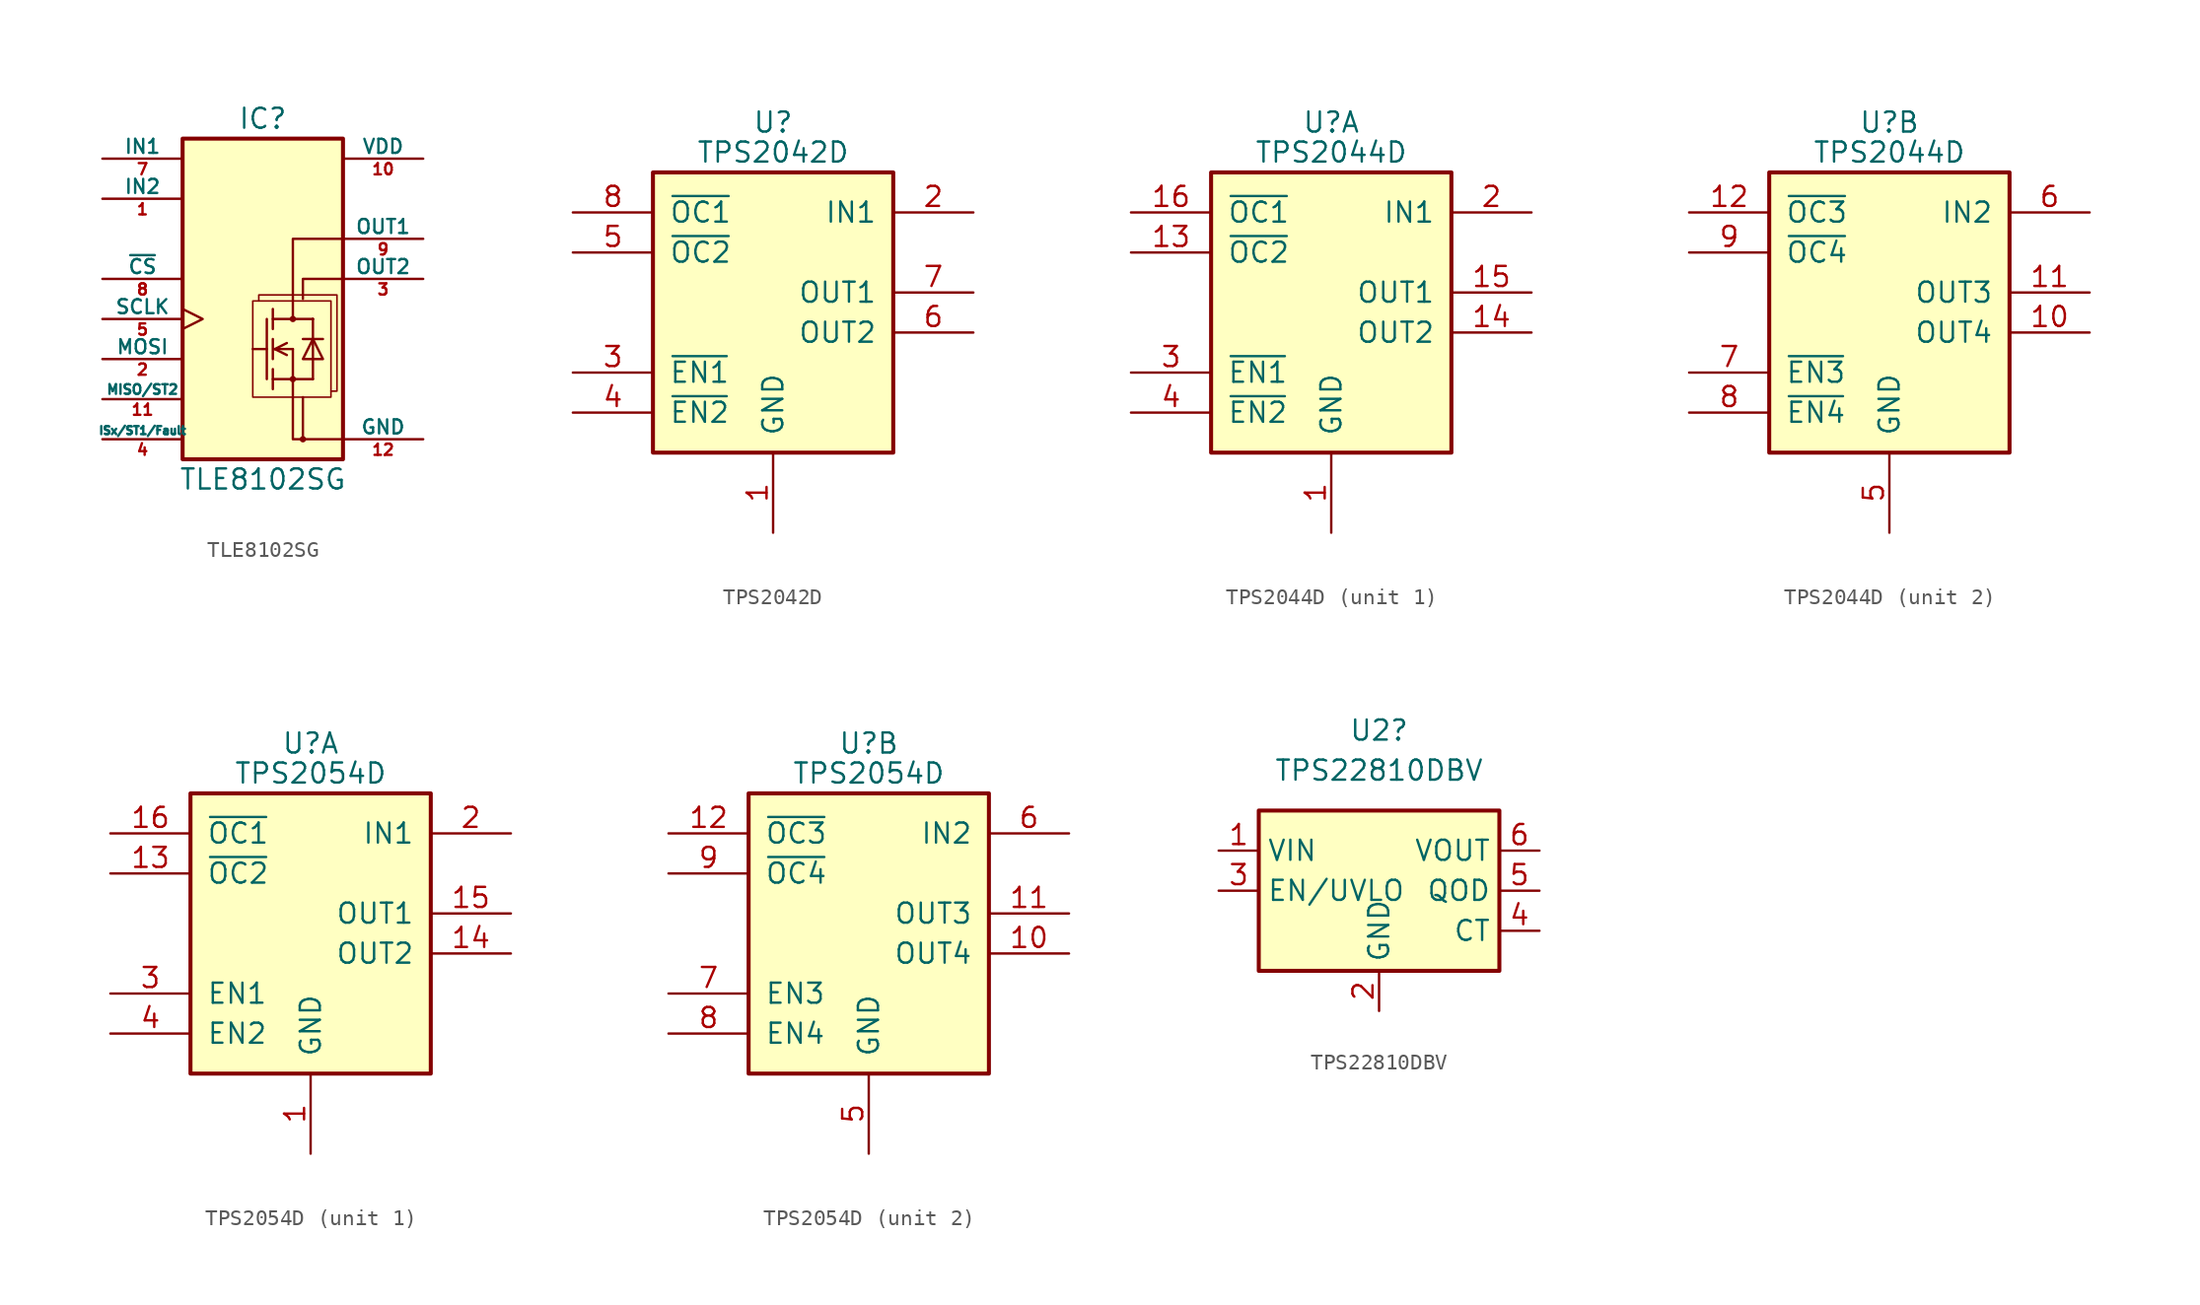
<source format=kicad_sym>
(kicad_symbol_lib
  (version 20241209)
  (generator "kicad_symbol_editor")
  (generator_version "9.0")
  (symbol "TLE8102SG"
    (pin_names
      (offset 0))
    (property "Reference" "IC"
      (at 0 12.7 0)
      (effects (font (size 1.27 1.27))))
    (property "Value" "TLE8102SG"
      (at 0 -10.16 0)
      (effects (font (size 1.27 1.27))))
    (symbol "TLE8102SG_0_1"
      (rectangle (start -5.08 11.43) (end 5.08 -8.89) (stroke (width 0.254) (type default)) (fill (type background)))
      (rectangle (start -0.635 1.143) (end 4.318 -4.953) (stroke (width 0.102) (type default)) (fill (type background)))
      (polyline (pts (xy -0.635 -1.905) (xy 0.254 -1.905)) (stroke (width 0.152) (type default)) (fill (type none)))
      (polyline (pts (xy -0.254 1.143) (xy -0.254 1.524) (xy 4.699 1.524) (xy 4.699 -4.572) (xy 4.318 -4.572)) (stroke (width 0.102) (type default)) (fill (type background)))
      (polyline (pts (xy 0.254 0) (xy 0.254 -3.81)) (stroke (width 0.152) (type default)) (fill (type none)))
      (polyline (pts (xy 0.635 0.635) (xy 0.635 -0.635)) (stroke (width 0.152) (type default)) (fill (type none)))
      (polyline (pts (xy 0.635 -1.27) (xy 0.635 -2.54)) (stroke (width 0.152) (type default)) (fill (type none)))
      (polyline (pts (xy 0.635 -3.175) (xy 0.635 -4.445)) (stroke (width 0.152) (type default)) (fill (type none)))
      (polyline (pts (xy 0.635 -3.81) (xy 3.175 -3.81)) (stroke (width 0.152) (type default)) (fill (type none)))
      (polyline (pts (xy 0.762 -1.905) (xy 1.524 -1.524)) (stroke (width 0.152) (type default)) (fill (type none)))
      (polyline (pts (xy 0.762 -1.905) (xy 1.524 -2.286)) (stroke (width 0.152) (type default)) (fill (type none)))
      (polyline (pts (xy 0.762 -1.905) (xy 1.905 -1.905)) (stroke (width 0) (type default)) (fill (type none)))
      (polyline (pts (xy 1.905 0) (xy 1.905 5.08) (xy 5.08 5.08)) (stroke (width 0.152) (type default)) (fill (type none)))
      (circle (center 1.905 0) (radius 0.127) (stroke (width 0.152) (type default)) (fill (type none)))
      (polyline (pts (xy 1.905 -1.905) (xy 1.905 -2.54) (xy 1.905 -3.81)) (stroke (width 0.152) (type default)) (fill (type none)))
      (circle (center 1.905 -3.81) (radius 0.127) (stroke (width 0.152) (type default)) (fill (type none)))
      (polyline (pts (xy 2.54 -1.27) (xy 3.81 -1.27)) (stroke (width 0.152) (type default)) (fill (type none)))
      (polyline (pts (xy 2.54 -4.953) (xy 2.54 -7.62)) (stroke (width 0.152) (type default)) (fill (type none)))
      (polyline (pts (xy 2.54 -7.62) (xy 1.905 -7.62) (xy 1.905 -3.81)) (stroke (width 0.152) (type default)) (fill (type none)))
      (circle (center 2.54 -7.62) (radius 0.127) (stroke (width 0.152) (type default)) (fill (type none)))
      (polyline (pts (xy 3.175 0) (xy 0.635 0)) (stroke (width 0.152) (type default)) (fill (type none)))
      (polyline (pts (xy 3.175 0) (xy 3.175 0)) (stroke (width 0) (type default)) (fill (type none)))
      (polyline (pts (xy 3.175 0) (xy 3.175 -3.81)) (stroke (width 0.152) (type default)) (fill (type none)))
      (polyline (pts (xy 3.175 -1.27) (xy 2.54 -2.54) (xy 3.81 -2.54) (xy 3.175 -1.27)) (stroke (width 0.152) (type default)) (fill (type none)))
      (polyline (pts (xy 5.08 2.54) (xy 2.54 2.54) (xy 2.54 1.27)) (stroke (width 0.152) (type default)) (fill (type none)))
      (polyline (pts (xy 5.08 -7.62) (xy 2.54 -7.62)) (stroke (width 0.152) (type default)) (fill (type none))))
    (symbol "TLE8102SG_1_1"
      (pin input line (at -10.16 10.16 0) (length 5.08) (name "IN1" (effects (font (size 0.889 0.889)))) (number "7" (effects (font (size 0.711 0.711)))))
      (pin input line (at -10.16 7.62 0) (length 5.08) (name "IN2" (effects (font (size 0.889 0.889)))) (number "1" (effects (font (size 0.711 0.711)))))
      (pin input line (at -10.16 2.54 0) (length 5.08) (name "~{CS}" (effects (font (size 0.889 0.889)))) (number "8" (effects (font (size 0.711 0.711)))))
      (pin input clock (at -10.16 0 0) (length 5.08) (name "SCLK" (effects (font (size 0.889 0.889)))) (number "5" (effects (font (size 0.711 0.711)))))
      (pin input line (at -10.16 -2.54 0) (length 5.08) (name "MOSI" (effects (font (size 0.889 0.889)))) (number "2" (effects (font (size 0.711 0.711)))))
      (pin passive line (at -10.16 -5.08 0) (length 5.08) (name "MISO/ST2" (effects (font (size 0.61 0.61)))) (number "11" (effects (font (size 0.711 0.711)))))
      (pin passive line (at -10.16 -7.62 0) (length 5.08) (name "ISx/ST1/Fault" (effects (font (size 0.508 0.508)))) (number "4" (effects (font (size 0.711 0.711)))))
      (pin power_in line (at 10.16 10.16 180) (length 5.08) (name "VDD" (effects (font (size 0.889 0.889)))) (number "10" (effects (font (size 0.711 0.711)))))
      (pin open_collector line (at 10.16 5.08 180) (length 5.08) (name "OUT1" (effects (font (size 0.889 0.889)))) (number "9" (effects (font (size 0.711 0.711)))))
      (pin open_collector line (at 10.16 2.54 180) (length 5.08) (name "OUT2" (effects (font (size 0.889 0.889)))) (number "3" (effects (font (size 0.711 0.711)))))
      (pin power_in line (at 10.16 -7.62 180) (length 5.08) (name "GND" (effects (font (size 0.889 0.889)))) (number "12" (effects (font (size 0.711 0.711)))))
      (pin passive line (at 10.16 -7.62 180) (length 5.08) (hide yes) (name "GND" (effects (font (size 0.889 0.889)))) (number "13" (effects (font (size 0.711 0.711)))))
      (pin passive line (at 10.16 -7.62 180) (length 5.08) (hide yes) (name "GND" (effects (font (size 0.889 0.889)))) (number "6" (effects (font (size 0.711 0.711)))))))
  (symbol "TPS2042D"
    (pin_names
      (offset 1.016))
    (property "Reference" "U"
      (at 0 10.795 0)
      (effects (font (size 1.27 1.27))))
    (property "Value" "TPS2042D"
      (at 0 8.89 0)
      (effects (font (size 1.27 1.27))))
    (symbol "TPS2042D_0_1"
      (rectangle (start -7.62 7.62) (end 7.62 -10.16) (stroke (width 0.254) (type default)) (fill (type background))))
    (symbol "TPS2042D_1_1"
      (pin open_collector line (at -12.7 5.08 0) (length 5.08) (name "~{OC1}" (effects (font (size 1.27 1.27)))) (number "8" (effects (font (size 1.27 1.27)))))
      (pin open_collector line (at -12.7 2.54 0) (length 5.08) (name "~{OC2}" (effects (font (size 1.27 1.27)))) (number "5" (effects (font (size 1.27 1.27)))))
      (pin input line (at -12.7 -5.08 0) (length 5.08) (name "~{EN1}" (effects (font (size 1.27 1.27)))) (number "3" (effects (font (size 1.27 1.27)))))
      (pin input line (at -12.7 -7.62 0) (length 5.08) (name "~{EN2}" (effects (font (size 1.27 1.27)))) (number "4" (effects (font (size 1.27 1.27)))))
      (pin power_in line (at 0 -15.24 90) (length 5.08) (name "GND" (effects (font (size 1.27 1.27)))) (number "1" (effects (font (size 1.27 1.27)))))
      (pin power_in line (at 12.7 5.08 180) (length 5.08) (name "IN1" (effects (font (size 1.27 1.27)))) (number "2" (effects (font (size 1.27 1.27)))))
      (pin power_out line (at 12.7 0 180) (length 5.08) (name "OUT1" (effects (font (size 1.27 1.27)))) (number "7" (effects (font (size 1.27 1.27)))))
      (pin power_out line (at 12.7 -2.54 180) (length 5.08) (name "OUT2" (effects (font (size 1.27 1.27)))) (number "6" (effects (font (size 1.27 1.27)))))))
  (symbol "TPS2044D"
    (pin_names
      (offset 1.016))
    (property "Reference" "U"
      (at 0 10.795 0)
      (effects (font (size 1.27 1.27))))
    (property "Value" "TPS2044D"
      (at 0 8.89 0)
      (effects (font (size 1.27 1.27))))
    (property "ki_locked" ""
      (at 0 0 0)
      (effects (font (size 1.27 1.27))))
    (symbol "TPS2044D_0_1"
      (rectangle (start -7.62 7.62) (end 7.62 -10.16) (stroke (width 0.254) (type default)) (fill (type background))))
    (symbol "TPS2044D_1_1"
      (pin open_collector line (at -12.7 5.08 0) (length 5.08) (name "~{OC1}" (effects (font (size 1.27 1.27)))) (number "16" (effects (font (size 1.27 1.27)))))
      (pin open_collector line (at -12.7 2.54 0) (length 5.08) (name "~{OC2}" (effects (font (size 1.27 1.27)))) (number "13" (effects (font (size 1.27 1.27)))))
      (pin input line (at -12.7 -5.08 0) (length 5.08) (name "~{EN1}" (effects (font (size 1.27 1.27)))) (number "3" (effects (font (size 1.27 1.27)))))
      (pin input line (at -12.7 -7.62 0) (length 5.08) (name "~{EN2}" (effects (font (size 1.27 1.27)))) (number "4" (effects (font (size 1.27 1.27)))))
      (pin power_in line (at 0 -15.24 90) (length 5.08) (name "GND" (effects (font (size 1.27 1.27)))) (number "1" (effects (font (size 1.27 1.27)))))
      (pin power_in line (at 12.7 5.08 180) (length 5.08) (name "IN1" (effects (font (size 1.27 1.27)))) (number "2" (effects (font (size 1.27 1.27)))))
      (pin power_out line (at 12.7 0 180) (length 5.08) (name "OUT1" (effects (font (size 1.27 1.27)))) (number "15" (effects (font (size 1.27 1.27)))))
      (pin power_out line (at 12.7 -2.54 180) (length 5.08) (name "OUT2" (effects (font (size 1.27 1.27)))) (number "14" (effects (font (size 1.27 1.27))))))
    (symbol "TPS2044D_2_1"
      (pin open_collector line (at -12.7 5.08 0) (length 5.08) (name "~{OC3}" (effects (font (size 1.27 1.27)))) (number "12" (effects (font (size 1.27 1.27)))))
      (pin open_collector line (at -12.7 2.54 0) (length 5.08) (name "~{OC4}" (effects (font (size 1.27 1.27)))) (number "9" (effects (font (size 1.27 1.27)))))
      (pin input line (at -12.7 -5.08 0) (length 5.08) (name "~{EN3}" (effects (font (size 1.27 1.27)))) (number "7" (effects (font (size 1.27 1.27)))))
      (pin input line (at -12.7 -7.62 0) (length 5.08) (name "~{EN4}" (effects (font (size 1.27 1.27)))) (number "8" (effects (font (size 1.27 1.27)))))
      (pin power_in line (at 0 -15.24 90) (length 5.08) (name "GND" (effects (font (size 1.27 1.27)))) (number "5" (effects (font (size 1.27 1.27)))))
      (pin power_in line (at 12.7 5.08 180) (length 5.08) (name "IN2" (effects (font (size 1.27 1.27)))) (number "6" (effects (font (size 1.27 1.27)))))
      (pin power_out line (at 12.7 0 180) (length 5.08) (name "OUT3" (effects (font (size 1.27 1.27)))) (number "11" (effects (font (size 1.27 1.27)))))
      (pin power_out line (at 12.7 -2.54 180) (length 5.08) (name "OUT4" (effects (font (size 1.27 1.27)))) (number "10" (effects (font (size 1.27 1.27)))))))
  (symbol "TPS2054D"
    (pin_names
      (offset 1.016))
    (property "Reference" "U"
      (at 0 10.795 0)
      (effects (font (size 1.27 1.27))))
    (property "Value" "TPS2054D"
      (at 0 8.89 0)
      (effects (font (size 1.27 1.27))))
    (property "ki_locked" ""
      (at 0 0 0)
      (effects (font (size 1.27 1.27))))
    (symbol "TPS2054D_0_1"
      (rectangle (start -7.62 7.62) (end 7.62 -10.16) (stroke (width 0.254) (type default)) (fill (type background))))
    (symbol "TPS2054D_1_1"
      (pin open_collector line (at -12.7 5.08 0) (length 5.08) (name "~{OC1}" (effects (font (size 1.27 1.27)))) (number "16" (effects (font (size 1.27 1.27)))))
      (pin open_collector line (at -12.7 2.54 0) (length 5.08) (name "~{OC2}" (effects (font (size 1.27 1.27)))) (number "13" (effects (font (size 1.27 1.27)))))
      (pin input line (at -12.7 -5.08 0) (length 5.08) (name "EN1" (effects (font (size 1.27 1.27)))) (number "3" (effects (font (size 1.27 1.27)))))
      (pin input line (at -12.7 -7.62 0) (length 5.08) (name "EN2" (effects (font (size 1.27 1.27)))) (number "4" (effects (font (size 1.27 1.27)))))
      (pin power_in line (at 0 -15.24 90) (length 5.08) (name "GND" (effects (font (size 1.27 1.27)))) (number "1" (effects (font (size 1.27 1.27)))))
      (pin passive line (at 12.7 5.08 180) (length 5.08) (name "IN1" (effects (font (size 1.27 1.27)))) (number "2" (effects (font (size 1.27 1.27)))))
      (pin passive line (at 12.7 0 180) (length 5.08) (name "OUT1" (effects (font (size 1.27 1.27)))) (number "15" (effects (font (size 1.27 1.27)))))
      (pin passive line (at 12.7 -2.54 180) (length 5.08) (name "OUT2" (effects (font (size 1.27 1.27)))) (number "14" (effects (font (size 1.27 1.27))))))
    (symbol "TPS2054D_2_1"
      (pin open_collector line (at -12.7 5.08 0) (length 5.08) (name "~{OC3}" (effects (font (size 1.27 1.27)))) (number "12" (effects (font (size 1.27 1.27)))))
      (pin open_collector line (at -12.7 2.54 0) (length 5.08) (name "~{OC4}" (effects (font (size 1.27 1.27)))) (number "9" (effects (font (size 1.27 1.27)))))
      (pin input line (at -12.7 -5.08 0) (length 5.08) (name "EN3" (effects (font (size 1.27 1.27)))) (number "7" (effects (font (size 1.27 1.27)))))
      (pin input line (at -12.7 -7.62 0) (length 5.08) (name "EN4" (effects (font (size 1.27 1.27)))) (number "8" (effects (font (size 1.27 1.27)))))
      (pin power_in line (at 0 -15.24 90) (length 5.08) (name "GND" (effects (font (size 1.27 1.27)))) (number "5" (effects (font (size 1.27 1.27)))))
      (pin passive line (at 12.7 5.08 180) (length 5.08) (name "IN2" (effects (font (size 1.27 1.27)))) (number "6" (effects (font (size 1.27 1.27)))))
      (pin passive line (at 12.7 0 180) (length 5.08) (name "OUT3" (effects (font (size 1.27 1.27)))) (number "11" (effects (font (size 1.27 1.27)))))
      (pin passive line (at 12.7 -2.54 180) (length 5.08) (name "OUT4" (effects (font (size 1.27 1.27)))) (number "10" (effects (font (size 1.27 1.27)))))))
  (symbol "TPS22810DBV"
    (property "Reference" "U2"
      (at 0 10.16 0)
      (effects (font (size 1.27 1.27))))
    (property "Value" "TPS22810DBV"
      (at 0 7.62 0)
      (effects (font (size 1.27 1.27))))
    (symbol "TPS22810DBV_1_1"
      (rectangle (start -7.62 5.08) (end 7.62 -5.08) (stroke (width 0.254) (type default)) (fill (type background)))
      (pin power_in line (at -10.16 2.54 0) (length 2.54) (name "VIN" (effects (font (size 1.27 1.27)))) (number "1" (effects (font (size 1.27 1.27)))))
      (pin input line (at -10.16 0 0) (length 2.54) (name "EN/UVLO" (effects (font (size 1.27 1.27)))) (number "3" (effects (font (size 1.27 1.27)))))
      (pin power_in line (at 0 -7.62 90) (length 2.54) (name "GND" (effects (font (size 1.27 1.27)))) (number "2" (effects (font (size 1.27 1.27)))))
      (pin power_out line (at 10.16 2.54 180) (length 2.54) (name "VOUT" (effects (font (size 1.27 1.27)))) (number "6" (effects (font (size 1.27 1.27)))))
      (pin open_collector line (at 10.16 0 180) (length 2.54) (name "QOD" (effects (font (size 1.27 1.27)))) (number "5" (effects (font (size 1.27 1.27)))))
      (pin output line (at 10.16 -2.54 180) (length 2.54) (name "CT" (effects (font (size 1.27 1.27)))) (number "4" (effects (font (size 1.27 1.27))))))))
</source>
